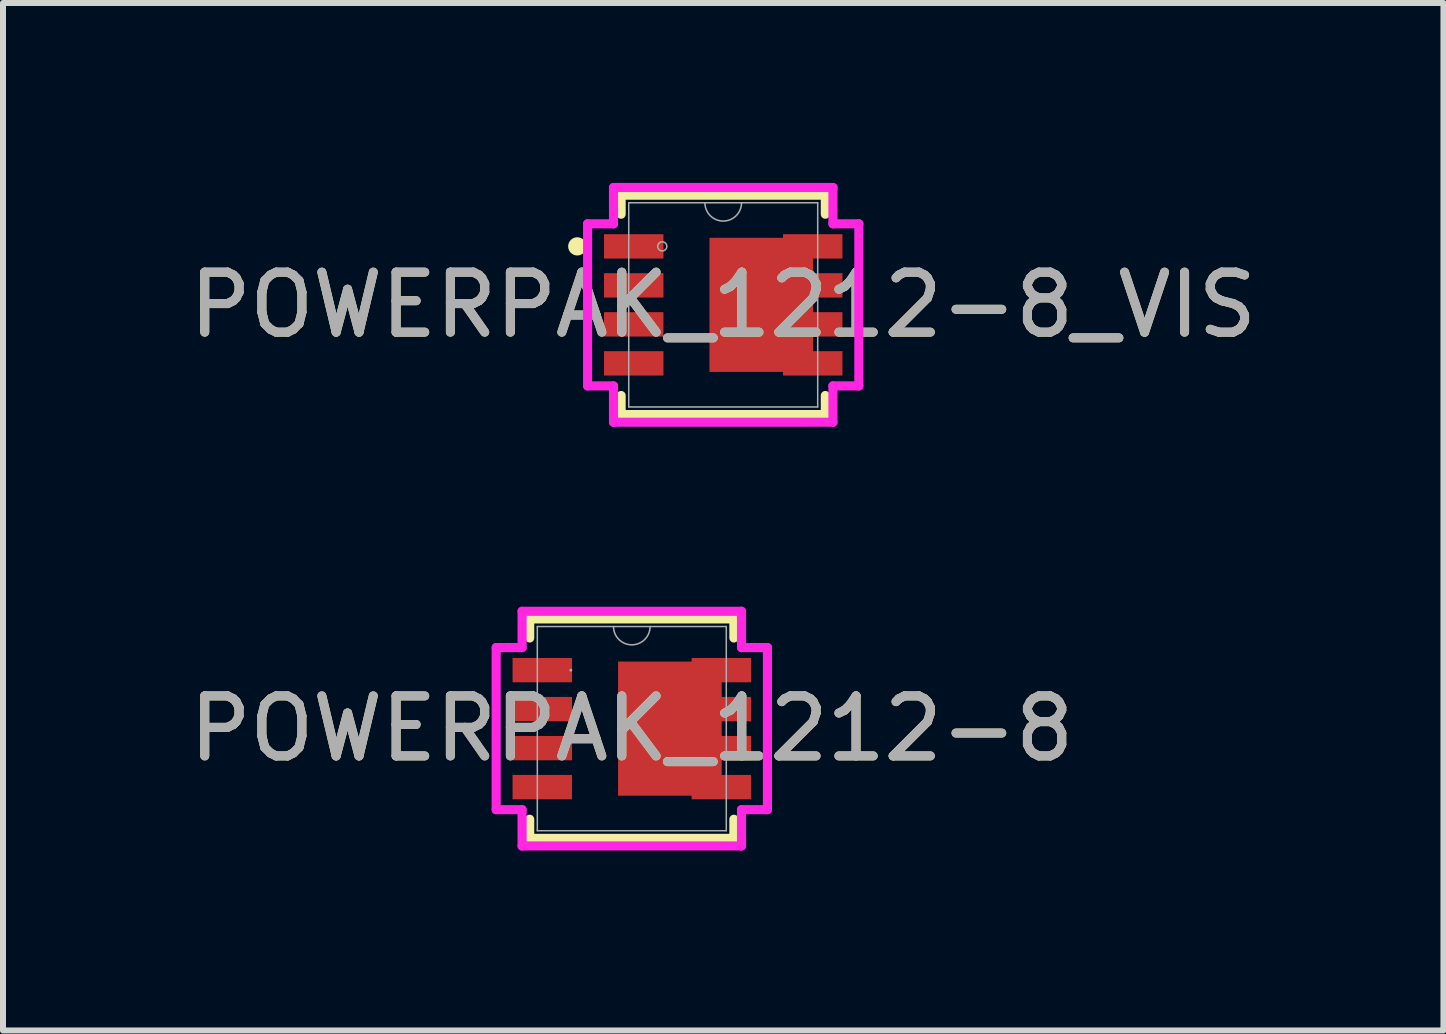
<source format=kicad_pcb>
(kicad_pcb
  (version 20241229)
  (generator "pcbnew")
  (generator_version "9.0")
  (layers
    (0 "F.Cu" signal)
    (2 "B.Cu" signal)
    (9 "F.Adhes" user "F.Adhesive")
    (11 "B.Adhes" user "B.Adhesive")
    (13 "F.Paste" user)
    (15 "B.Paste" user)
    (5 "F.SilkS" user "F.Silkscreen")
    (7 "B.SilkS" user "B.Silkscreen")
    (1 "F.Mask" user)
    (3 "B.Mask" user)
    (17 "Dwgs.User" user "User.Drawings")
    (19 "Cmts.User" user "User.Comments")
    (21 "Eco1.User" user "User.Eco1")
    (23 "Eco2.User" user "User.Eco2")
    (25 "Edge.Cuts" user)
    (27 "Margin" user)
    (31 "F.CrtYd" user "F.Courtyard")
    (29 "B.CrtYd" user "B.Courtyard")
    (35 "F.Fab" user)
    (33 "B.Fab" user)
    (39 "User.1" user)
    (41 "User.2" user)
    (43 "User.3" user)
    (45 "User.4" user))
  (footprint "POWERPAK_1212-8"
    (layer "F.Cu")
    (at 7.482 9.096)
    (property "Reference" "POWERPAK_1212-8" (at 0 0 0) (unlocked yes) (layer "F.SilkS") (effects (font (size 1 1) (thickness 0.15))))
    (attr smd)
    (fp_poly (pts (xy 1.499 -1.118) (xy -0.229 -1.118) (xy -0.229 1.118) (xy 1.499 1.118)) (stroke (width 0) (type solid)) (fill yes) (layer "F.Cu"))
    (fp_poly (pts (xy 1.499 -1.118) (xy -0.229 -1.118) (xy -0.229 1.118) (xy 1.499 1.118)) (stroke (width 0) (type solid)) (fill yes) (layer "F.Mask"))
    (fp_line (start -1.702 -1.829) (end -1.702 -1.511) (stroke (width 0.152) (type solid)) (layer "F.SilkS"))
    (fp_line (start -1.702 1.511) (end -1.702 1.829) (stroke (width 0.152) (type solid)) (layer "F.SilkS"))
    (fp_line (start -1.702 1.829) (end 1.702 1.829) (stroke (width 0.152) (type solid)) (layer "F.SilkS"))
    (fp_line (start 1.702 -1.829) (end -1.702 -1.829) (stroke (width 0.152) (type solid)) (layer "F.SilkS"))
    (fp_line (start 1.702 -1.511) (end 1.702 -1.829) (stroke (width 0.152) (type solid)) (layer "F.SilkS"))
    (fp_line (start 1.702 1.829) (end 1.702 1.511) (stroke (width 0.152) (type solid)) (layer "F.SilkS"))
    (fp_poly (pts (xy -0.229 -1.118) (xy -0.229 1.118) (xy 1.499 1.118) (xy 1.499 -1.118)) (stroke (width 0) (type solid)) (fill yes) (layer "F.Paste"))
    (fp_poly (pts (xy -0.229 -1.118) (xy -0.229 1.118) (xy 1.499 1.118) (xy 1.499 -1.118)) (stroke (width 0) (type solid)) (fill yes) (layer "F.Paste"))
    (fp_poly (pts (xy -0.229 -1.118) (xy -0.229 1.118) (xy 1.499 1.118) (xy 1.499 -1.118)) (stroke (width 0) (type solid)) (fill yes) (layer "F.Paste"))
    (fp_line (start -2.261 -1.351) (end -1.829 -1.351) (stroke (width 0.152) (type solid)) (layer "F.CrtYd"))
    (fp_line (start -2.261 1.351) (end -2.261 -1.351) (stroke (width 0.152) (type solid)) (layer "F.CrtYd"))
    (fp_line (start -2.261 1.351) (end -1.829 1.351) (stroke (width 0.152) (type solid)) (layer "F.CrtYd"))
    (fp_line (start -1.829 -1.956) (end 1.829 -1.956) (stroke (width 0.152) (type solid)) (layer "F.CrtYd"))
    (fp_line (start -1.829 -1.351) (end -1.829 -1.956) (stroke (width 0.152) (type solid)) (layer "F.CrtYd"))
    (fp_line (start -1.829 1.956) (end -1.829 1.351) (stroke (width 0.152) (type solid)) (layer "F.CrtYd"))
    (fp_line (start 1.829 -1.956) (end 1.829 -1.351) (stroke (width 0.152) (type solid)) (layer "F.CrtYd"))
    (fp_line (start 1.829 1.351) (end 1.829 1.956) (stroke (width 0.152) (type solid)) (layer "F.CrtYd"))
    (fp_line (start 1.829 1.956) (end -1.829 1.956) (stroke (width 0.152) (type solid)) (layer "F.CrtYd"))
    (fp_line (start 2.261 -1.351) (end 1.829 -1.351) (stroke (width 0.152) (type solid)) (layer "F.CrtYd"))
    (fp_line (start 2.261 -1.351) (end 2.261 1.351) (stroke (width 0.152) (type solid)) (layer "F.CrtYd"))
    (fp_line (start 2.261 1.351) (end 1.829 1.351) (stroke (width 0.152) (type solid)) (layer "F.CrtYd"))
    (fp_line (start -1.575 -1.702) (end -1.575 1.702) (stroke (width 0.025) (type solid)) (layer "F.Fab"))
    (fp_line (start -1.575 1.702) (end 1.575 1.702) (stroke (width 0.025) (type solid)) (layer "F.Fab"))
    (fp_line (start 1.575 -1.702) (end -1.575 -1.702) (stroke (width 0.025) (type solid)) (layer "F.Fab"))
    (fp_line (start 1.575 1.702) (end 1.575 -1.702) (stroke (width 0.025) (type solid)) (layer "F.Fab"))
    (fp_arc (start 0.3048 -1.7018) (mid 0 -1.397) (end -0.3048 -1.7018) (stroke (width 0.0254) (type solid)) (layer "F.Fab"))
    (fp_circle (center -1.016 -0.975) (end -1.016 -0.975) (stroke (width 0.025) (type solid)) (fill no) (layer "F.Fab"))
    (fp_text user "${REFERENCE}" (at 0 0 0) (unlocked yes) (layer "F.Fab") (effects (font (size 1 1) (thickness 0.15))))
    (pad "1" smd rect (at -1.492 -0.975) (size 0.991 0.406) (layers "F.Cu" "F.Mask"))
    (pad "2" smd rect (at -1.492 -0.325) (size 0.991 0.406) (layers "F.Cu" "F.Mask"))
    (pad "3" smd rect (at -1.492 0.325) (size 0.991 0.406) (layers "F.Cu" "F.Mask"))
    (pad "4" smd rect (at -1.492 0.975) (size 0.991 0.406) (layers "F.Cu" "F.Mask"))
    (pad "5" smd rect (at 1.492 0.975) (size 0.991 0.406) (layers "F.Cu" "F.Mask"))
    (pad "6" smd rect (at 1.492 0.325) (size 0.991 0.406) (layers "F.Cu" "F.Mask"))
    (pad "7" smd rect (at 1.492 -0.325) (size 0.991 0.406) (layers "F.Cu" "F.Mask"))
    (pad "8" smd rect (at 1.492 -0.975) (size 0.991 0.406) (layers "F.Cu" "F.Mask")))
  (footprint "POWERPAK_1212-8_VIS"
    (layer "F.Cu")
    (at 9.006 2.032)
    (property "Reference" "POWERPAK_1212-8_VIS" (at 0 0 0) (unlocked yes) (layer "F.SilkS") (effects (font (size 1 1) (thickness 0.15))))
    (attr smd)
    (fp_poly (pts (xy 1.499 -1.118) (xy -0.229 -1.118) (xy -0.229 1.118) (xy 1.499 1.118)) (stroke (width 0) (type solid)) (fill yes) (layer "F.Cu"))
    (fp_poly (pts (xy 1.499 -1.118) (xy -0.229 -1.118) (xy -0.229 1.118) (xy 1.499 1.118)) (stroke (width 0) (type solid)) (fill yes) (layer "F.Mask"))
    (fp_line (start -1.702 -1.829) (end -1.702 -1.511) (stroke (width 0.152) (type solid)) (layer "F.SilkS"))
    (fp_line (start -1.702 1.511) (end -1.702 1.829) (stroke (width 0.152) (type solid)) (layer "F.SilkS"))
    (fp_line (start -1.702 1.829) (end 1.702 1.829) (stroke (width 0.152) (type solid)) (layer "F.SilkS"))
    (fp_line (start 1.702 -1.829) (end -1.702 -1.829) (stroke (width 0.152) (type solid)) (layer "F.SilkS"))
    (fp_line (start 1.702 -1.511) (end 1.702 -1.829) (stroke (width 0.152) (type solid)) (layer "F.SilkS"))
    (fp_line (start 1.702 1.829) (end 1.702 1.511) (stroke (width 0.152) (type solid)) (layer "F.SilkS"))
    (fp_circle (center -2.433 -0.975) (end -2.357 -0.975) (stroke (width 0.152) (type solid)) (fill no) (layer "F.SilkS"))
    (fp_poly (pts (xy -1.988 -1.178) (xy -1.988 -0.772) (xy -0.997 -0.772) (xy -0.997 -1.178)) (stroke (width 0) (type solid)) (fill yes) (layer "F.Paste"))
    (fp_poly (pts (xy -1.988 -0.528) (xy -1.988 -0.122) (xy -0.997 -0.122) (xy -0.997 -0.528)) (stroke (width 0) (type solid)) (fill yes) (layer "F.Paste"))
    (fp_poly (pts (xy -1.988 0.122) (xy -1.988 0.528) (xy -0.997 0.528) (xy -0.997 0.122)) (stroke (width 0) (type solid)) (fill yes) (layer "F.Paste"))
    (fp_poly (pts (xy -1.988 0.772) (xy -1.988 1.178) (xy -0.997 1.178) (xy -0.997 0.772)) (stroke (width 0) (type solid)) (fill yes) (layer "F.Paste"))
    (fp_poly (pts (xy 0.997 -1.178) (xy 0.997 -0.772) (xy 1.988 -0.772) (xy 1.988 -1.178)) (stroke (width 0) (type solid)) (fill yes) (layer "F.Paste"))
    (fp_poly (pts (xy 0.997 -0.528) (xy 0.997 -0.122) (xy 1.988 -0.122) (xy 1.988 -0.528)) (stroke (width 0) (type solid)) (fill yes) (layer "F.Paste"))
    (fp_poly (pts (xy 0.997 0.122) (xy 0.997 0.528) (xy 1.988 0.528) (xy 1.988 0.122)) (stroke (width 0) (type solid)) (fill yes) (layer "F.Paste"))
    (fp_poly (pts (xy 0.997 0.772) (xy 0.997 1.178) (xy 1.988 1.178) (xy 1.988 0.772)) (stroke (width 0) (type solid)) (fill yes) (layer "F.Paste"))
    (fp_line (start -2.261 -1.351) (end -1.829 -1.351) (stroke (width 0.152) (type solid)) (layer "F.CrtYd"))
    (fp_line (start -2.261 1.351) (end -2.261 -1.351) (stroke (width 0.152) (type solid)) (layer "F.CrtYd"))
    (fp_line (start -2.261 1.351) (end -1.829 1.351) (stroke (width 0.152) (type solid)) (layer "F.CrtYd"))
    (fp_line (start -1.829 -1.956) (end 1.829 -1.956) (stroke (width 0.152) (type solid)) (layer "F.CrtYd"))
    (fp_line (start -1.829 -1.351) (end -1.829 -1.956) (stroke (width 0.152) (type solid)) (layer "F.CrtYd"))
    (fp_line (start -1.829 1.956) (end -1.829 1.351) (stroke (width 0.152) (type solid)) (layer "F.CrtYd"))
    (fp_line (start 1.829 -1.956) (end 1.829 -1.351) (stroke (width 0.152) (type solid)) (layer "F.CrtYd"))
    (fp_line (start 1.829 1.351) (end 1.829 1.956) (stroke (width 0.152) (type solid)) (layer "F.CrtYd"))
    (fp_line (start 1.829 1.956) (end -1.829 1.956) (stroke (width 0.152) (type solid)) (layer "F.CrtYd"))
    (fp_line (start 2.261 -1.351) (end 1.829 -1.351) (stroke (width 0.152) (type solid)) (layer "F.CrtYd"))
    (fp_line (start 2.261 -1.351) (end 2.261 1.351) (stroke (width 0.152) (type solid)) (layer "F.CrtYd"))
    (fp_line (start 2.261 1.351) (end 1.829 1.351) (stroke (width 0.152) (type solid)) (layer "F.CrtYd"))
    (fp_line (start -1.575 -1.702) (end -1.575 1.702) (stroke (width 0.025) (type solid)) (layer "F.Fab"))
    (fp_line (start -1.575 1.702) (end 1.575 1.702) (stroke (width 0.025) (type solid)) (layer "F.Fab"))
    (fp_line (start 1.575 -1.702) (end -1.575 -1.702) (stroke (width 0.025) (type solid)) (layer "F.Fab"))
    (fp_line (start 1.575 1.702) (end 1.575 -1.702) (stroke (width 0.025) (type solid)) (layer "F.Fab"))
    (fp_arc (start 0.3048 -1.7018) (mid 0 -1.397) (end -0.3048 -1.7018) (stroke (width 0.0254) (type solid)) (layer "F.Fab"))
    (fp_circle (center -1.016 -0.975) (end -0.94 -0.975) (stroke (width 0.025) (type solid)) (fill no) (layer "F.Fab"))
    (fp_text user "${REFERENCE}" (at 0 0 0) (unlocked yes) (layer "F.Fab") (effects (font (size 1 1) (thickness 0.15))))
    (pad "1" smd rect (at -1.492 -0.975) (size 0.991 0.406) (layers "F.Cu" "F.Mask"))
    (pad "2" smd rect (at -1.492 -0.325) (size 0.991 0.406) (layers "F.Cu" "F.Mask"))
    (pad "3" smd rect (at -1.492 0.325) (size 0.991 0.406) (layers "F.Cu" "F.Mask"))
    (pad "4" smd rect (at -1.492 0.975) (size 0.991 0.406) (layers "F.Cu" "F.Mask"))
    (pad "5" smd rect (at 1.492 0.975) (size 0.991 0.406) (layers "F.Cu" "F.Mask"))
    (pad "6" smd rect (at 1.492 0.325) (size 0.991 0.406) (layers "F.Cu" "F.Mask"))
    (pad "7" smd rect (at 1.492 -0.325) (size 0.991 0.406) (layers "F.Cu" "F.Mask"))
    (pad "8" smd rect (at 1.492 -0.975) (size 0.991 0.406) (layers "F.Cu" "F.Mask")))
  (gr_rect
    (start -3 -3)
    (end 21.012 14.128)
    (stroke (width 0.1) (type default))
    (fill no)
    (layer "Edge.Cuts")))
</source>
